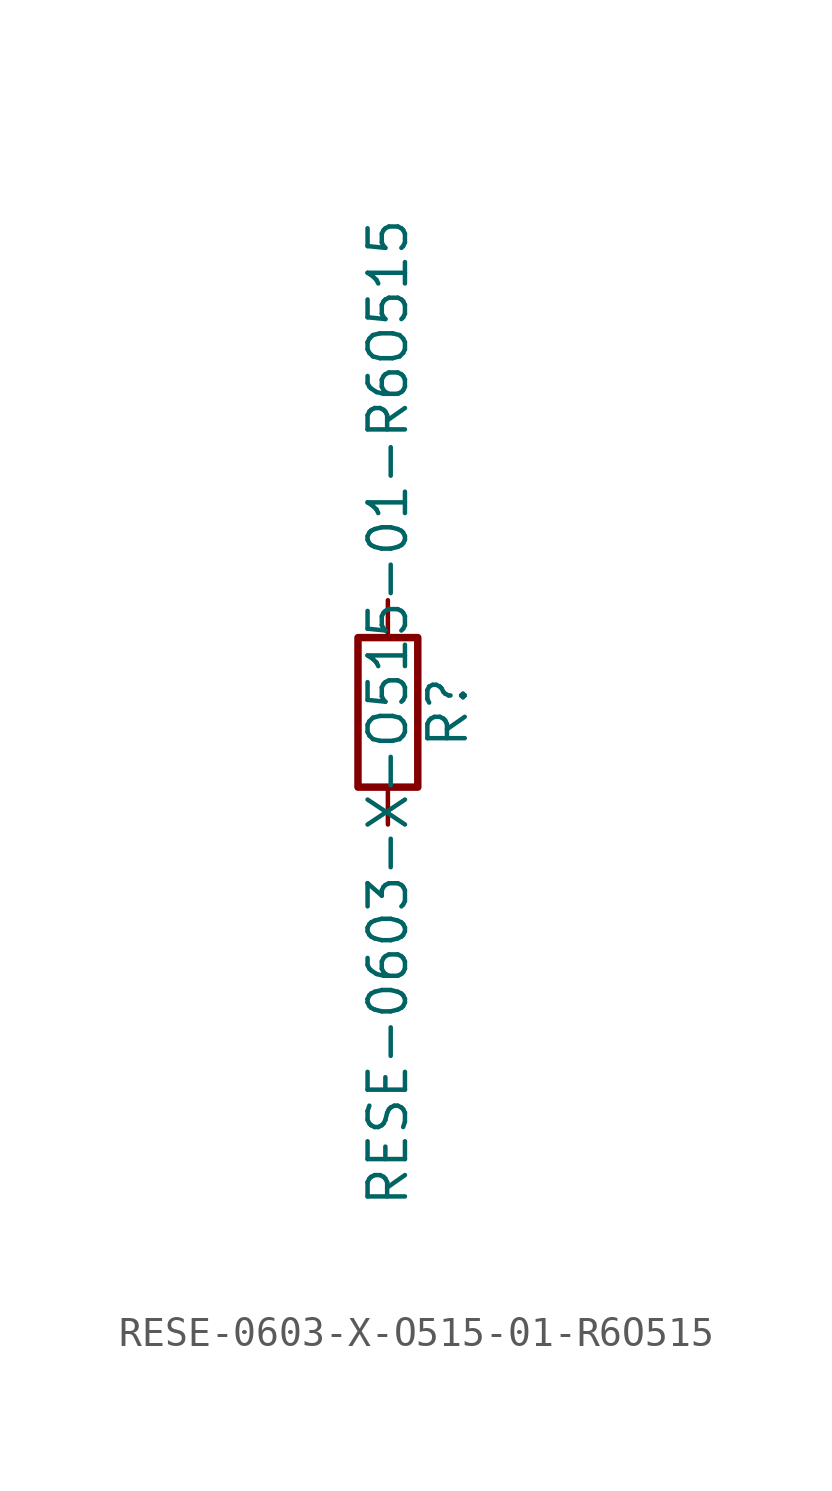
<source format=kicad_sym>
(kicad_symbol_lib
  (version 20211014)
  (generator kicad_symbol_editor)
  (symbol "RESE-0603-X-O515-01-R6O515"
    (pin_numbers hide)
    (pin_names
      (offset 0))
    (property "Reference" "R"
      (at 2.032 0 90)
      (effects (font (size 1.27 1.27))))
    (property "Value" "RESE-0603-X-O515-01-R6O515"
      (at 0 0 90)
      (effects (font (size 1.27 1.27))))
    (symbol "RESE-0603-X-O515-01-R6O515_0_1"
      (rectangle (start -1.016 -2.54) (end 1.016 2.54) (stroke (width 0.254) (type default) (color 0 0 0 0)) (fill (type none))))
    (symbol "RESE-0603-X-O515-01-R6O515_1_1"
      (pin passive line (at 0 3.81 270) (length 1.27) (name "~" (effects (font (size 1.27 1.27)))) (number "1" (effects (font (size 1.27 1.27)))))
      (pin passive line (at 0 -3.81 90) (length 1.27) (name "~" (effects (font (size 1.27 1.27)))) (number "2" (effects (font (size 1.27 1.27))))))))
</source>
